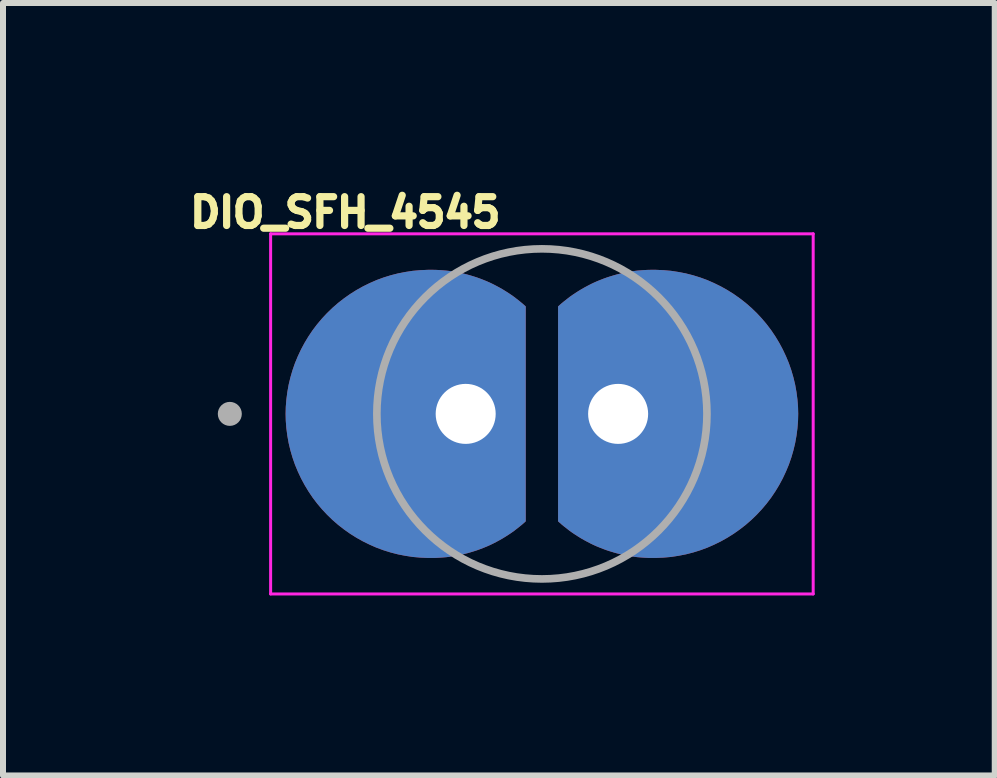
<source format=kicad_pcb>
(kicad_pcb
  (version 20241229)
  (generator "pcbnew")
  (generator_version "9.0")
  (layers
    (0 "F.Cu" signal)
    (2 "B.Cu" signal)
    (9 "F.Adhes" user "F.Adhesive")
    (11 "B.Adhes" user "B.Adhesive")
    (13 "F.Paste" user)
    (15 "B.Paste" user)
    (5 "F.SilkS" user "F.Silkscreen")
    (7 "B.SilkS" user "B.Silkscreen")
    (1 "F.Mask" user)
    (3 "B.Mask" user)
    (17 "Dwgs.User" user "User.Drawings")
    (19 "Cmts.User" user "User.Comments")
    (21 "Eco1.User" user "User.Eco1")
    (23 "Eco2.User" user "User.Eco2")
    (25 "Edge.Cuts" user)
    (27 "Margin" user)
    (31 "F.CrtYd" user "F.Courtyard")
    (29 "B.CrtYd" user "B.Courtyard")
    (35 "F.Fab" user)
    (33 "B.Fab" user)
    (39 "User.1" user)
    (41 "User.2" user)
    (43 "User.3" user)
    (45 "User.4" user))
  (footprint "DIO_SFH_4545"
    (layer "F.Cu")
    (at 5.979 3.846)
    (property "Reference" "DIO_SFH_4545" (at -3.276 -3.355 0) (layer "F.SilkS") (effects (font (size 0.48 0.48) (thickness 0.15))))
    (attr through_hole)
    (fp_circle (center -1.27 0) (end -0.77 0) (stroke (width 1) (type solid)) (fill no) (layer "F.Mask"))
    (fp_circle (center 1.27 0) (end 1.77 0) (stroke (width 1) (type solid)) (fill no) (layer "F.Mask"))
    (fp_circle (center -1.27 0) (end -0.77 0) (stroke (width 1) (type solid)) (fill no) (layer "B.Mask"))
    (fp_circle (center 1.27 0) (end 1.77 0) (stroke (width 1) (type solid)) (fill no) (layer "B.Mask"))
    (fp_line (start -4.52 -3) (end 4.52 -3) (stroke (width 0.05) (type solid)) (layer "F.CrtYd"))
    (fp_line (start -4.52 3) (end -4.52 -3) (stroke (width 0.05) (type solid)) (layer "F.CrtYd"))
    (fp_line (start 4.52 -3) (end 4.52 3) (stroke (width 0.05) (type solid)) (layer "F.CrtYd"))
    (fp_line (start 4.52 3) (end -4.52 3) (stroke (width 0.05) (type solid)) (layer "F.CrtYd"))
    (fp_circle (center -5.2 0) (end -5.1 0) (stroke (width 0.2) (type solid)) (fill no) (layer "F.Fab"))
    (fp_circle (center 0 0) (end 2.75 0) (stroke (width 0.127) (type solid)) (fill no) (layer "F.Fab"))
    (pad "A" thru_hole custom (at 1.27 0) (size 2 2) (drill 1) (layers "*.Cu") (options (anchor circle)) (primitives (gr_poly (pts (xy -1 -0.06) (xy -1 -1.79) (xy -0.945 -1.839) (xy -0.9 -1.876) (xy -0.854 -1.912) (xy -0.808 -1.948) (xy -0.76 -1.982) (xy -0.712 -2.014) (xy -0.662 -2.046) (xy -0.613 -2.076) (xy -0.562 -2.105) (xy -0.51 -2.133) (xy -0.458 -2.16) (xy -0.406 -2.185) (xy -0.352 -2.209) (xy -0.298 -2.231) (xy -0.244 -2.252) (xy -0.189 -2.272) (xy -0.133 -2.29) (xy -0.077 -2.307) (xy -0.021 -2.323) (xy 0.036 -2.337) (xy 0.093 -2.35) (xy 0.15 -2.361) (xy 0.208 -2.371) (xy 0.265 -2.38) (xy 0.323 -2.387) (xy 0.382 -2.392) (xy 0.44 -2.396) (xy 0.498 -2.399) (xy 0.557 -2.4) (xy 0.6 -2.4) (xy 0.625 -2.4) (xy 0.758 -2.394) (xy 0.882 -2.383) (xy 1.005 -2.364) (xy 1.128 -2.34) (xy 1.249 -2.309) (xy 1.368 -2.272) (xy 1.485 -2.229) (xy 1.599 -2.179) (xy 1.711 -2.124) (xy 1.82 -2.063) (xy 1.925 -1.997) (xy 2.027 -1.925) (xy 2.126 -1.848) (xy 2.22 -1.766) (xy 2.309 -1.68) (xy 2.394 -1.589) (xy 2.475 -1.493) (xy 2.55 -1.394) (xy 2.62 -1.29) (xy 2.684 -1.184) (xy 2.743 -1.074) (xy 2.796 -0.961) (xy 2.844 -0.846) (xy 2.885 -0.728) (xy 2.92 -0.608) (xy 2.949 -0.487) (xy 2.971 -0.364) (xy 2.987 -0.241) (xy 2.997 -0.116) (xy 3 0) (xy 2.997 0.116) (xy 2.987 0.241) (xy 2.971 0.364) (xy 2.949 0.487) (xy 2.92 0.608) (xy 2.885 0.728) (xy 2.844 0.846) (xy 2.796 0.961) (xy 2.743 1.074) (xy 2.684 1.184) (xy 2.62 1.29) (xy 2.55 1.394) (xy 2.475 1.493) (xy 2.394 1.589) (xy 2.309 1.68) (xy 2.22 1.766) (xy 2.126 1.848) (xy 2.027 1.925) (xy 1.925 1.997) (xy 1.82 2.063) (xy 1.711 2.124) (xy 1.599 2.179) (xy 1.485 2.229) (xy 1.368 2.272) (xy 1.249 2.309) (xy 1.128 2.34) (xy 1.005 2.364) (xy 0.882 2.383) (xy 0.758 2.394) (xy 0.625 2.4) (xy 0.525 2.4) (xy 0.6 2.4) (xy 0.557 2.4) (xy 0.498 2.399) (xy 0.44 2.396) (xy 0.382 2.392) (xy 0.323 2.387) (xy 0.265 2.38) (xy 0.208 2.371) (xy 0.15 2.361) (xy 0.093 2.35) (xy 0.036 2.337) (xy -0.021 2.323) (xy -0.077 2.307) (xy -0.133 2.29) (xy -0.189 2.272) (xy -0.244 2.252) (xy -0.298 2.231) (xy -0.352 2.209) (xy -0.406 2.185) (xy -0.458 2.16) (xy -0.51 2.133) (xy -0.562 2.105) (xy -0.613 2.076) (xy -0.662 2.046) (xy -0.712 2.014) (xy -0.76 1.982) (xy -0.808 1.948) (xy -0.854 1.912) (xy -0.9 1.876) (xy -0.945 1.839) (xy -1 1.79) (xy -1 -0.06)) (width 0.001) (fill yes))))
    (pad "C" thru_hole custom (at -1.27 0) (size 2 2) (drill 1) (layers "*.Cu") (options (anchor circle)) (primitives (gr_poly (pts (xy 1 -0.06) (xy 1 -1.79) (xy 0.945 -1.839) (xy 0.9 -1.876) (xy 0.854 -1.912) (xy 0.808 -1.948) (xy 0.76 -1.982) (xy 0.712 -2.014) (xy 0.662 -2.046) (xy 0.613 -2.076) (xy 0.562 -2.105) (xy 0.51 -2.133) (xy 0.458 -2.16) (xy 0.406 -2.185) (xy 0.352 -2.209) (xy 0.298 -2.231) (xy 0.244 -2.252) (xy 0.189 -2.272) (xy 0.133 -2.29) (xy 0.077 -2.307) (xy 0.021 -2.323) (xy -0.036 -2.337) (xy -0.093 -2.35) (xy -0.15 -2.361) (xy -0.208 -2.371) (xy -0.265 -2.38) (xy -0.323 -2.387) (xy -0.382 -2.392) (xy -0.44 -2.396) (xy -0.498 -2.399) (xy -0.557 -2.4) (xy -0.6 -2.4) (xy -0.625 -2.4) (xy -0.758 -2.394) (xy -0.882 -2.383) (xy -1.005 -2.364) (xy -1.128 -2.34) (xy -1.249 -2.309) (xy -1.368 -2.272) (xy -1.485 -2.229) (xy -1.599 -2.179) (xy -1.711 -2.124) (xy -1.82 -2.063) (xy -1.925 -1.997) (xy -2.027 -1.925) (xy -2.126 -1.848) (xy -2.22 -1.766) (xy -2.309 -1.68) (xy -2.394 -1.589) (xy -2.475 -1.493) (xy -2.55 -1.394) (xy -2.62 -1.29) (xy -2.684 -1.184) (xy -2.743 -1.074) (xy -2.796 -0.961) (xy -2.844 -0.846) (xy -2.885 -0.728) (xy -2.92 -0.608) (xy -2.949 -0.487) (xy -2.971 -0.364) (xy -2.987 -0.241) (xy -2.997 -0.116) (xy -3 0) (xy -2.997 0.116) (xy -2.987 0.241) (xy -2.971 0.364) (xy -2.949 0.487) (xy -2.92 0.608) (xy -2.885 0.728) (xy -2.844 0.846) (xy -2.796 0.961) (xy -2.743 1.074) (xy -2.684 1.184) (xy -2.62 1.29) (xy -2.55 1.394) (xy -2.475 1.493) (xy -2.394 1.589) (xy -2.309 1.68) (xy -2.22 1.766) (xy -2.126 1.848) (xy -2.027 1.925) (xy -1.925 1.997) (xy -1.82 2.063) (xy -1.711 2.124) (xy -1.599 2.179) (xy -1.485 2.229) (xy -1.368 2.272) (xy -1.249 2.309) (xy -1.128 2.34) (xy -1.005 2.364) (xy -0.882 2.383) (xy -0.758 2.394) (xy -0.625 2.4) (xy -0.525 2.4) (xy -0.6 2.4) (xy -0.557 2.4) (xy -0.498 2.399) (xy -0.44 2.396) (xy -0.382 2.392) (xy -0.323 2.387) (xy -0.265 2.38) (xy -0.208 2.371) (xy -0.15 2.361) (xy -0.093 2.35) (xy -0.036 2.337) (xy 0.021 2.323) (xy 0.077 2.307) (xy 0.133 2.29) (xy 0.189 2.272) (xy 0.244 2.252) (xy 0.298 2.231) (xy 0.352 2.209) (xy 0.406 2.185) (xy 0.458 2.16) (xy 0.51 2.133) (xy 0.562 2.105) (xy 0.613 2.076) (xy 0.662 2.046) (xy 0.712 2.014) (xy 0.76 1.982) (xy 0.808 1.948) (xy 0.854 1.912) (xy 0.9 1.876) (xy 0.945 1.839) (xy 1 1.79) (xy 1 -0.06)) (width 0.001) (fill yes)))))
  (gr_rect
    (start -3 -3)
    (end 13.524 9.871)
    (stroke (width 0.1) (type default))
    (fill no)
    (layer "Edge.Cuts")))
</source>
